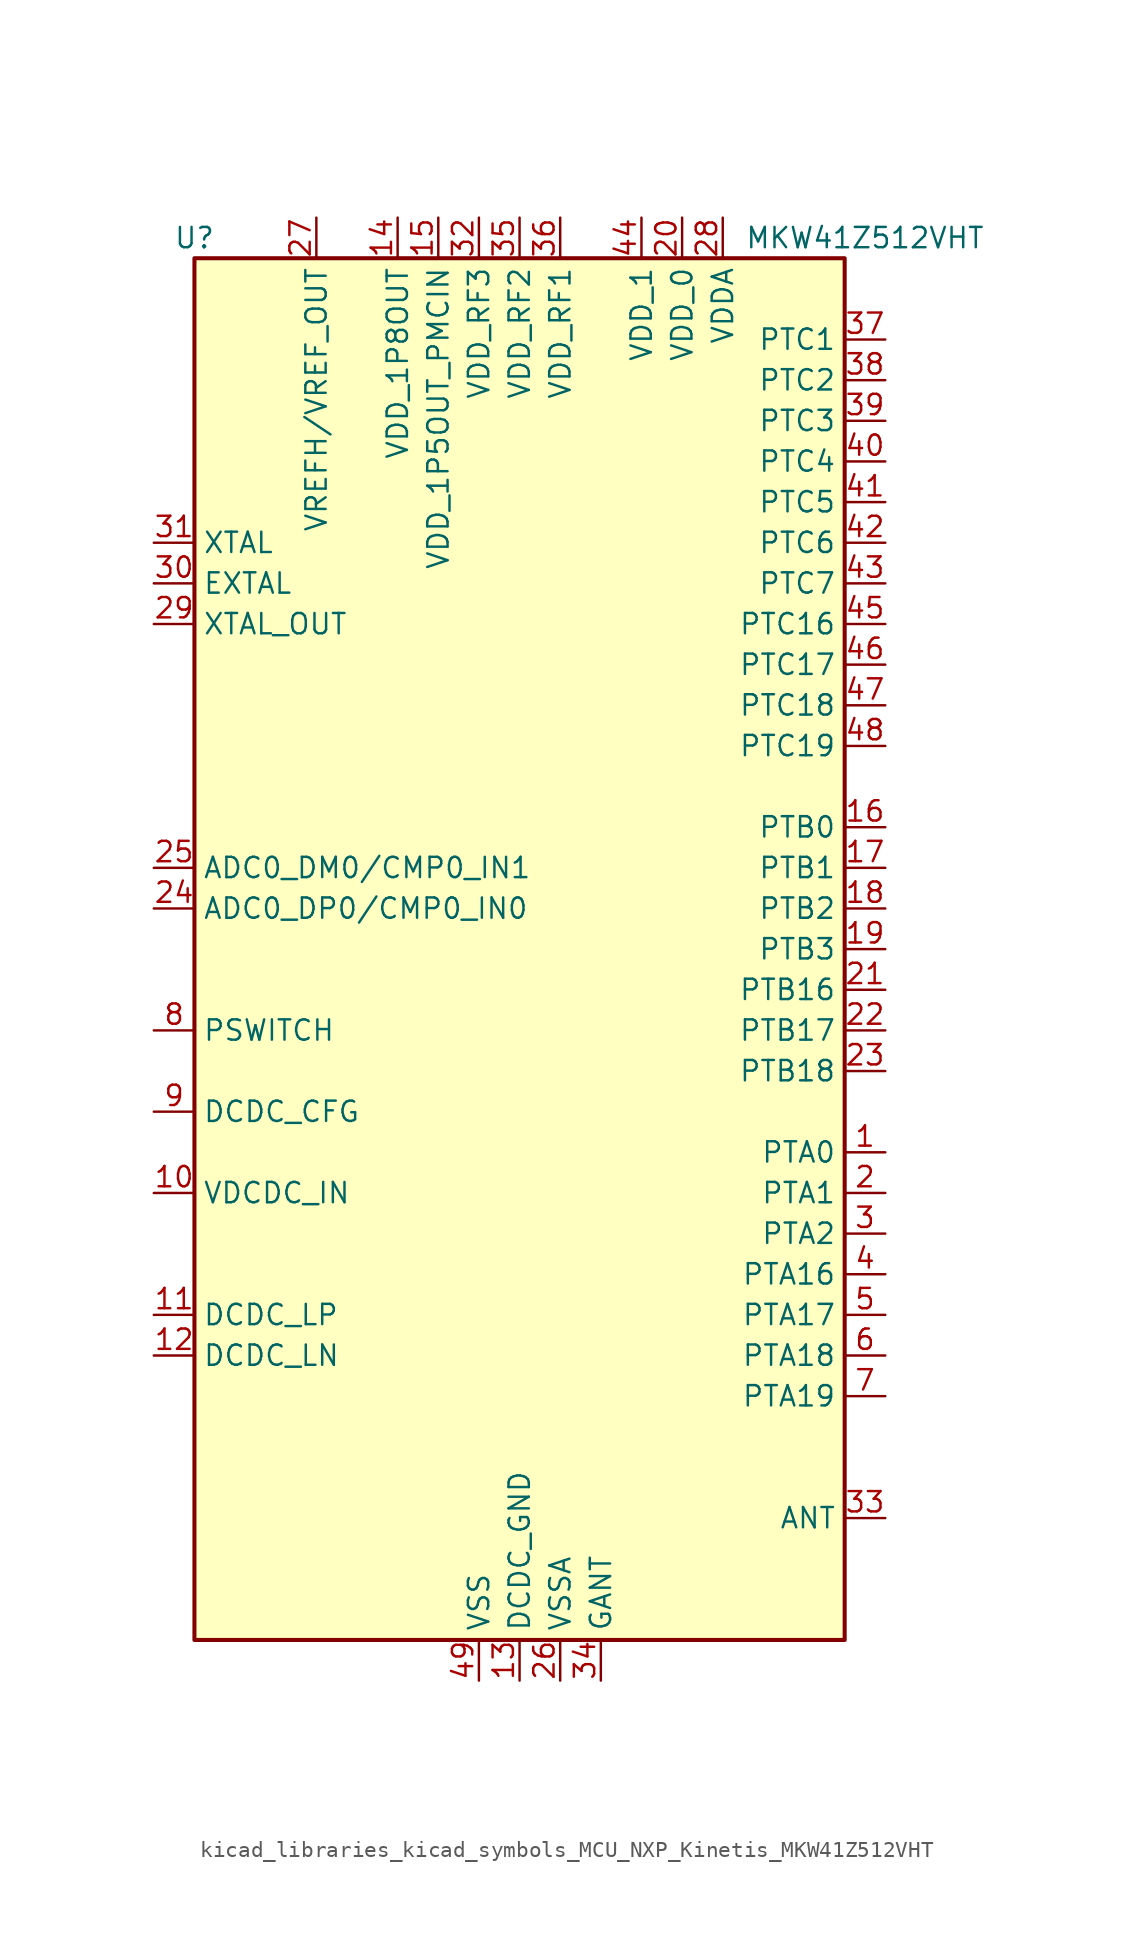
<source format=kicad_sym>
(kicad_symbol_lib
  (version 20220914)
  (generator kicad_symbol_editor)
  (symbol "kicad_libraries_kicad_symbols_MCU_NXP_Kinetis_MKW41Z512VHT"
    (property "Reference" "U"
      (at -20.32 44.45 0)
      (effects (font (size 1.27 1.27))))
    (property "Value" "MKW41Z512VHT"
      (at 21.59 44.45 0)
      (effects (font (size 1.27 1.27))))
    (symbol "kicad_libraries_kicad_symbols_MCU_NXP_Kinetis_MKW41Z512VHT_0_0"
      (pin bidirectional line (at 22.86 -12.7 180) (length 2.54) (name "PTA0" (effects (font (size 1.27 1.27)))) (number "1" (effects (font (size 1.27 1.27)))))
      (pin power_in line (at -22.86 -15.24 0) (length 2.54) (name "VDCDC_IN" (effects (font (size 1.27 1.27)))) (number "10" (effects (font (size 1.27 1.27)))))
      (pin passive line (at -22.86 -22.86 0) (length 2.54) (name "DCDC_LP" (effects (font (size 1.27 1.27)))) (number "11" (effects (font (size 1.27 1.27)))))
      (pin passive line (at -22.86 -25.4 0) (length 2.54) (name "DCDC_LN" (effects (font (size 1.27 1.27)))) (number "12" (effects (font (size 1.27 1.27)))))
      (pin power_in line (at 0 -45.72 90) (length 2.54) (name "DCDC_GND" (effects (font (size 1.27 1.27)))) (number "13" (effects (font (size 1.27 1.27)))))
      (pin power_out line (at -7.62 45.72 270) (length 2.54) (name "VDD_1P8OUT" (effects (font (size 1.27 1.27)))) (number "14" (effects (font (size 1.27 1.27)))))
      (pin power_out line (at -5.08 45.72 270) (length 2.54) (name "VDD_1P5OUT_PMCIN" (effects (font (size 1.27 1.27)))) (number "15" (effects (font (size 1.27 1.27)))))
      (pin bidirectional line (at 22.86 7.62 180) (length 2.54) (name "PTB0" (effects (font (size 1.27 1.27)))) (number "16" (effects (font (size 1.27 1.27)))))
      (pin bidirectional line (at 22.86 5.08 180) (length 2.54) (name "PTB1" (effects (font (size 1.27 1.27)))) (number "17" (effects (font (size 1.27 1.27)))))
      (pin bidirectional line (at 22.86 2.54 180) (length 2.54) (name "PTB2" (effects (font (size 1.27 1.27)))) (number "18" (effects (font (size 1.27 1.27)))))
      (pin bidirectional line (at 22.86 0 180) (length 2.54) (name "PTB3" (effects (font (size 1.27 1.27)))) (number "19" (effects (font (size 1.27 1.27)))))
      (pin bidirectional line (at 22.86 -15.24 180) (length 2.54) (name "PTA1" (effects (font (size 1.27 1.27)))) (number "2" (effects (font (size 1.27 1.27)))))
      (pin power_in line (at 10.16 45.72 270) (length 2.54) (name "VDD_0" (effects (font (size 1.27 1.27)))) (number "20" (effects (font (size 1.27 1.27)))))
      (pin bidirectional line (at 22.86 -2.54 180) (length 2.54) (name "PTB16" (effects (font (size 1.27 1.27)))) (number "21" (effects (font (size 1.27 1.27)))))
      (pin bidirectional line (at 22.86 -5.08 180) (length 2.54) (name "PTB17" (effects (font (size 1.27 1.27)))) (number "22" (effects (font (size 1.27 1.27)))))
      (pin bidirectional line (at 22.86 -7.62 180) (length 2.54) (name "PTB18" (effects (font (size 1.27 1.27)))) (number "23" (effects (font (size 1.27 1.27)))))
      (pin input line (at -22.86 2.54 0) (length 2.54) (name "ADC0_DP0/CMP0_IN0" (effects (font (size 1.27 1.27)))) (number "24" (effects (font (size 1.27 1.27)))))
      (pin input line (at -22.86 5.08 0) (length 2.54) (name "ADC0_DM0/CMP0_IN1" (effects (font (size 1.27 1.27)))) (number "25" (effects (font (size 1.27 1.27)))))
      (pin power_in line (at 2.54 -45.72 90) (length 2.54) (name "VSSA" (effects (font (size 1.27 1.27)))) (number "26" (effects (font (size 1.27 1.27)))))
      (pin bidirectional line (at -12.7 45.72 270) (length 2.54) (name "VREFH/VREF_OUT" (effects (font (size 1.27 1.27)))) (number "27" (effects (font (size 1.27 1.27)))))
      (pin power_in line (at 12.7 45.72 270) (length 2.54) (name "VDDA" (effects (font (size 1.27 1.27)))) (number "28" (effects (font (size 1.27 1.27)))))
      (pin output line (at -22.86 20.32 0) (length 2.54) (name "XTAL_OUT" (effects (font (size 1.27 1.27)))) (number "29" (effects (font (size 1.27 1.27)))))
      (pin bidirectional line (at 22.86 -17.78 180) (length 2.54) (name "PTA2" (effects (font (size 1.27 1.27)))) (number "3" (effects (font (size 1.27 1.27)))))
      (pin input line (at -22.86 22.86 0) (length 2.54) (name "EXTAL" (effects (font (size 1.27 1.27)))) (number "30" (effects (font (size 1.27 1.27)))))
      (pin input line (at -22.86 25.4 0) (length 2.54) (name "XTAL" (effects (font (size 1.27 1.27)))) (number "31" (effects (font (size 1.27 1.27)))))
      (pin power_in line (at -2.54 45.72 270) (length 2.54) (name "VDD_RF3" (effects (font (size 1.27 1.27)))) (number "32" (effects (font (size 1.27 1.27)))))
      (pin passive line (at 22.86 -35.56 180) (length 2.54) (name "ANT" (effects (font (size 1.27 1.27)))) (number "33" (effects (font (size 1.27 1.27)))))
      (pin power_in line (at 5.08 -45.72 90) (length 2.54) (name "GANT" (effects (font (size 1.27 1.27)))) (number "34" (effects (font (size 1.27 1.27)))))
      (pin power_in line (at 0 45.72 270) (length 2.54) (name "VDD_RF2" (effects (font (size 1.27 1.27)))) (number "35" (effects (font (size 1.27 1.27)))))
      (pin power_in line (at 2.54 45.72 270) (length 2.54) (name "VDD_RF1" (effects (font (size 1.27 1.27)))) (number "36" (effects (font (size 1.27 1.27)))))
      (pin bidirectional line (at 22.86 38.1 180) (length 2.54) (name "PTC1" (effects (font (size 1.27 1.27)))) (number "37" (effects (font (size 1.27 1.27)))))
      (pin bidirectional line (at 22.86 35.56 180) (length 2.54) (name "PTC2" (effects (font (size 1.27 1.27)))) (number "38" (effects (font (size 1.27 1.27)))))
      (pin bidirectional line (at 22.86 33.02 180) (length 2.54) (name "PTC3" (effects (font (size 1.27 1.27)))) (number "39" (effects (font (size 1.27 1.27)))))
      (pin bidirectional line (at 22.86 -20.32 180) (length 2.54) (name "PTA16" (effects (font (size 1.27 1.27)))) (number "4" (effects (font (size 1.27 1.27)))))
      (pin bidirectional line (at 22.86 30.48 180) (length 2.54) (name "PTC4" (effects (font (size 1.27 1.27)))) (number "40" (effects (font (size 1.27 1.27)))))
      (pin bidirectional line (at 22.86 27.94 180) (length 2.54) (name "PTC5" (effects (font (size 1.27 1.27)))) (number "41" (effects (font (size 1.27 1.27)))))
      (pin bidirectional line (at 22.86 25.4 180) (length 2.54) (name "PTC6" (effects (font (size 1.27 1.27)))) (number "42" (effects (font (size 1.27 1.27)))))
      (pin bidirectional line (at 22.86 22.86 180) (length 2.54) (name "PTC7" (effects (font (size 1.27 1.27)))) (number "43" (effects (font (size 1.27 1.27)))))
      (pin power_in line (at 7.62 45.72 270) (length 2.54) (name "VDD_1" (effects (font (size 1.27 1.27)))) (number "44" (effects (font (size 1.27 1.27)))))
      (pin bidirectional line (at 22.86 20.32 180) (length 2.54) (name "PTC16" (effects (font (size 1.27 1.27)))) (number "45" (effects (font (size 1.27 1.27)))))
      (pin bidirectional line (at 22.86 17.78 180) (length 2.54) (name "PTC17" (effects (font (size 1.27 1.27)))) (number "46" (effects (font (size 1.27 1.27)))))
      (pin bidirectional line (at 22.86 15.24 180) (length 2.54) (name "PTC18" (effects (font (size 1.27 1.27)))) (number "47" (effects (font (size 1.27 1.27)))))
      (pin bidirectional line (at 22.86 12.7 180) (length 2.54) (name "PTC19" (effects (font (size 1.27 1.27)))) (number "48" (effects (font (size 1.27 1.27)))))
      (pin power_in line (at -2.54 -45.72 90) (length 2.54) (name "VSS" (effects (font (size 1.27 1.27)))) (number "49" (effects (font (size 1.27 1.27)))))
      (pin bidirectional line (at 22.86 -22.86 180) (length 2.54) (name "PTA17" (effects (font (size 1.27 1.27)))) (number "5" (effects (font (size 1.27 1.27)))))
      (pin bidirectional line (at 22.86 -25.4 180) (length 2.54) (name "PTA18" (effects (font (size 1.27 1.27)))) (number "6" (effects (font (size 1.27 1.27)))))
      (pin bidirectional line (at 22.86 -27.94 180) (length 2.54) (name "PTA19" (effects (font (size 1.27 1.27)))) (number "7" (effects (font (size 1.27 1.27)))))
      (pin input line (at -22.86 -5.08 0) (length 2.54) (name "PSWITCH" (effects (font (size 1.27 1.27)))) (number "8" (effects (font (size 1.27 1.27)))))
      (pin input line (at -22.86 -10.16 0) (length 2.54) (name "DCDC_CFG" (effects (font (size 1.27 1.27)))) (number "9" (effects (font (size 1.27 1.27))))))
    (symbol "kicad_libraries_kicad_symbols_MCU_NXP_Kinetis_MKW41Z512VHT_0_1"
      (rectangle (start -20.32 -43.18) (end 20.32 43.18) (stroke (width 0.254) (type default)) (fill (type background))))))
</source>
